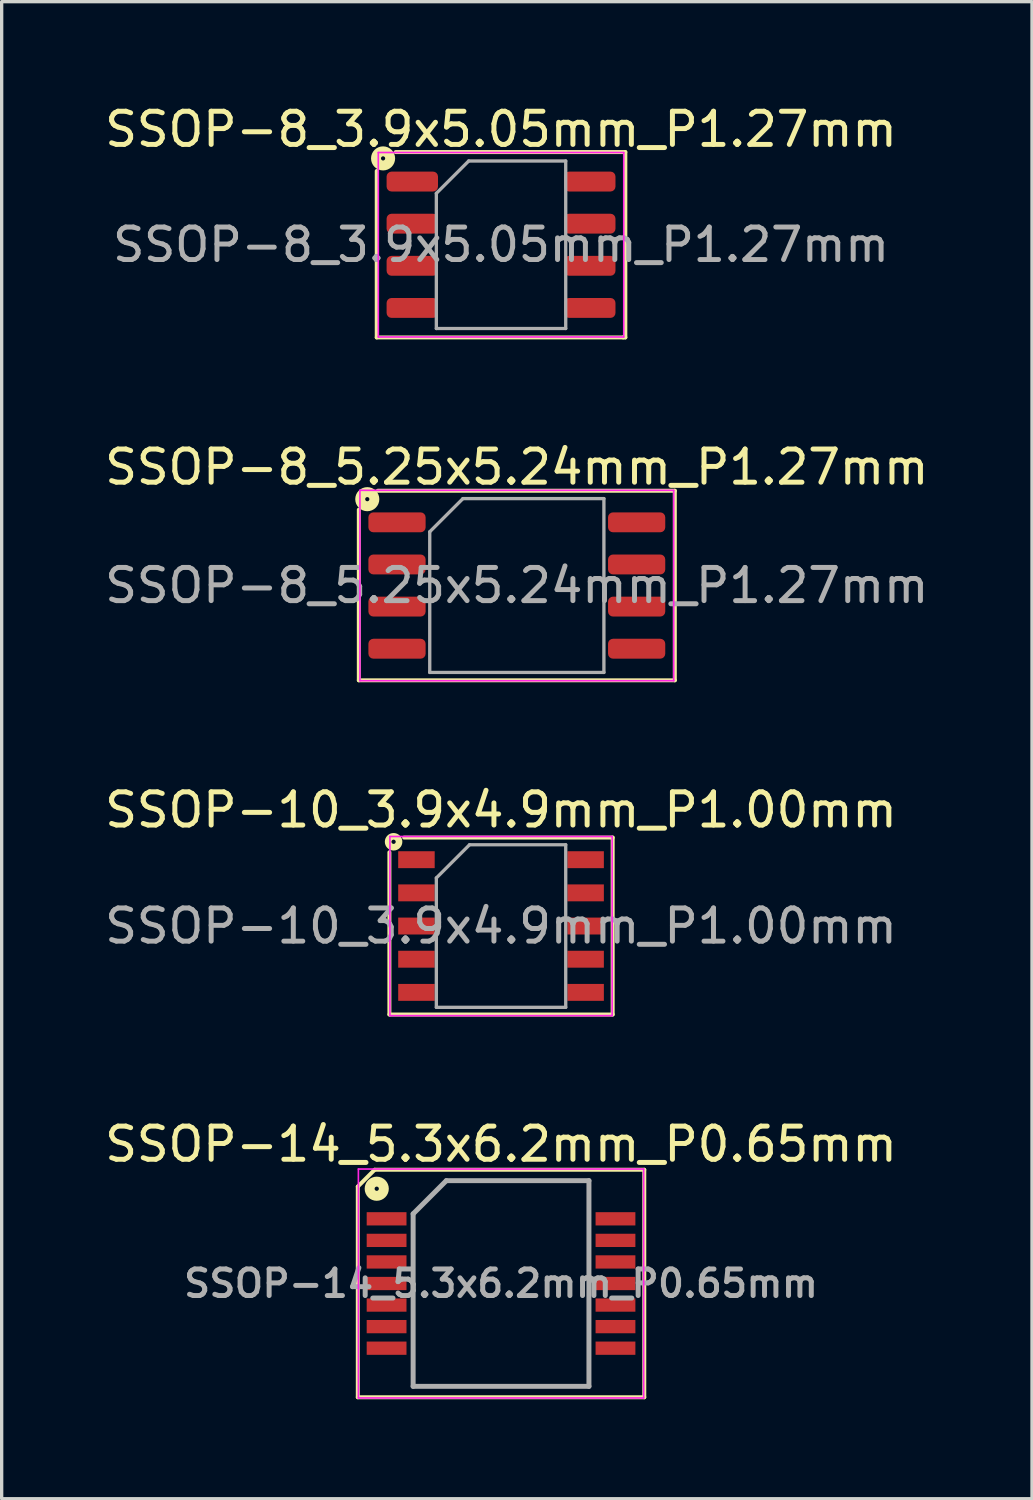
<source format=kicad_pcb>
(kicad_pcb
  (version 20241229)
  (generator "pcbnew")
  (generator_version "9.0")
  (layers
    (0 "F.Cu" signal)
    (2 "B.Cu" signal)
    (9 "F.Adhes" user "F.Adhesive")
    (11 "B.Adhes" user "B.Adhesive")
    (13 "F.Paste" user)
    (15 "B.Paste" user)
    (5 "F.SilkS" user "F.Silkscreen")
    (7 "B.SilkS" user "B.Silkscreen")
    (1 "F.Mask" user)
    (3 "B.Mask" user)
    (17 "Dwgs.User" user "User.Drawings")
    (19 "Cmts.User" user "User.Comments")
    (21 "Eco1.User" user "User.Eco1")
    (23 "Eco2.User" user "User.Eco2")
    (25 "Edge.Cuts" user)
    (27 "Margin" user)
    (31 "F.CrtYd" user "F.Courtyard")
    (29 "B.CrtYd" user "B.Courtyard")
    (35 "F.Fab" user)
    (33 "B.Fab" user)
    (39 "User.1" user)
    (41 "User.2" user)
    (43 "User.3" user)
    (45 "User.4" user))
  (footprint "SSOP-8_3.9x5.05mm_P1.27mm"
    (layer "F.Cu")
    (at 12.054 4.328)
    (property "Reference" "SSOP-8_3.9x5.05mm_P1.27mm" (at 0 -3.48 0) (layer "F.SilkS") (effects (font (size 1 1) (thickness 0.15))))
    (attr smd)
    (fp_line (start -3.747 -2.223) (end -3.747 2.794) (stroke (width 0.12) (type solid)) (layer "F.SilkS"))
    (fp_line (start -3.747 2.794) (end 3.683 2.794) (stroke (width 0.12) (type solid)) (layer "F.SilkS"))
    (fp_line (start 3.683 2.794) (end 3.747 2.794) (stroke (width 0.12) (type solid)) (layer "F.SilkS"))
    (fp_line (start 3.747 -2.794) (end -3.175 -2.794) (stroke (width 0.12) (type solid)) (layer "F.SilkS"))
    (fp_line (start 3.747 2.794) (end 3.747 -2.794) (stroke (width 0.12) (type solid)) (layer "F.SilkS"))
    (fp_circle (center -3.556 -2.603) (end -3.493 -2.603) (stroke (width 0.3) (type solid)) (fill no) (layer "F.SilkS"))
    (fp_line (start -3.7 -2.78) (end -3.7 2.78) (stroke (width 0.05) (type solid)) (layer "F.CrtYd"))
    (fp_line (start -3.7 2.78) (end 3.7 2.78) (stroke (width 0.05) (type solid)) (layer "F.CrtYd"))
    (fp_line (start 3.7 -2.78) (end -3.7 -2.78) (stroke (width 0.05) (type solid)) (layer "F.CrtYd"))
    (fp_line (start 3.7 2.78) (end 3.7 -2.78) (stroke (width 0.05) (type solid)) (layer "F.CrtYd"))
    (fp_line (start -1.95 -1.55) (end -0.975 -2.525) (stroke (width 0.1) (type solid)) (layer "F.Fab"))
    (fp_line (start -1.95 2.525) (end -1.95 -1.55) (stroke (width 0.1) (type solid)) (layer "F.Fab"))
    (fp_line (start -0.975 -2.525) (end 1.95 -2.525) (stroke (width 0.1) (type solid)) (layer "F.Fab"))
    (fp_line (start 1.95 -2.525) (end 1.95 2.525) (stroke (width 0.1) (type solid)) (layer "F.Fab"))
    (fp_line (start 1.95 2.525) (end -1.95 2.525) (stroke (width 0.1) (type solid)) (layer "F.Fab"))
    (fp_text user "${REFERENCE}" (at 0 0 0) (layer "F.Fab") (effects (font (size 0.98 0.98) (thickness 0.15))))
    (pad "1" smd roundrect (at -2.675 -1.905) (size 1.55 0.6) (layers "F.Cu" "F.Mask" "F.Paste") (roundrect_rratio 0.25))
    (pad "2" smd roundrect (at -2.675 -0.635) (size 1.55 0.6) (layers "F.Cu" "F.Mask" "F.Paste") (roundrect_rratio 0.25))
    (pad "3" smd roundrect (at -2.675 0.635) (size 1.55 0.6) (layers "F.Cu" "F.Mask" "F.Paste") (roundrect_rratio 0.25))
    (pad "4" smd roundrect (at -2.675 1.905) (size 1.55 0.6) (layers "F.Cu" "F.Mask" "F.Paste") (roundrect_rratio 0.25))
    (pad "5" smd roundrect (at 2.675 1.905) (size 1.55 0.6) (layers "F.Cu" "F.Mask" "F.Paste") (roundrect_rratio 0.25))
    (pad "6" smd roundrect (at 2.675 0.635) (size 1.55 0.6) (layers "F.Cu" "F.Mask" "F.Paste") (roundrect_rratio 0.25))
    (pad "7" smd roundrect (at 2.675 -0.635) (size 1.55 0.6) (layers "F.Cu" "F.Mask" "F.Paste") (roundrect_rratio 0.25))
    (pad "8" smd roundrect (at 2.675 -1.905) (size 1.55 0.6) (layers "F.Cu" "F.Mask" "F.Paste") (roundrect_rratio 0.25)))
  (footprint "SSOP-8_5.25x5.24mm_P1.27mm"
    (layer "F.Cu")
    (at 12.53 14.601)
    (property "Reference" "SSOP-8_5.25x5.24mm_P1.27mm" (at 0 -3.57 0) (layer "F.SilkS") (effects (font (size 1 1) (thickness 0.15))))
    (attr smd)
    (fp_line (start -4.763 -2.286) (end -4.763 2.857) (stroke (width 0.12) (type solid)) (layer "F.SilkS"))
    (fp_line (start -4.763 2.857) (end 4.763 2.857) (stroke (width 0.12) (type solid)) (layer "F.SilkS"))
    (fp_line (start 4.763 -2.857) (end -4.191 -2.857) (stroke (width 0.12) (type solid)) (layer "F.SilkS"))
    (fp_line (start 4.763 2.857) (end 4.763 -2.857) (stroke (width 0.12) (type solid)) (layer "F.SilkS"))
    (fp_circle (center -4.508 -2.603) (end -4.445 -2.603) (stroke (width 0.3) (type solid)) (fill no) (layer "F.SilkS"))
    (fp_line (start -4.73 -2.87) (end -4.73 2.87) (stroke (width 0.05) (type solid)) (layer "F.CrtYd"))
    (fp_line (start -4.73 2.87) (end 4.73 2.87) (stroke (width 0.05) (type solid)) (layer "F.CrtYd"))
    (fp_line (start 4.73 -2.87) (end -4.73 -2.87) (stroke (width 0.05) (type solid)) (layer "F.CrtYd"))
    (fp_line (start 4.73 2.87) (end 4.73 -2.87) (stroke (width 0.05) (type solid)) (layer "F.CrtYd"))
    (fp_line (start -2.625 -1.62) (end -1.625 -2.62) (stroke (width 0.1) (type solid)) (layer "F.Fab"))
    (fp_line (start -2.625 2.62) (end -2.625 -1.62) (stroke (width 0.1) (type solid)) (layer "F.Fab"))
    (fp_line (start -1.625 -2.62) (end 2.625 -2.62) (stroke (width 0.1) (type solid)) (layer "F.Fab"))
    (fp_line (start 2.625 -2.62) (end 2.625 2.62) (stroke (width 0.1) (type solid)) (layer "F.Fab"))
    (fp_line (start 2.625 2.62) (end -2.625 2.62) (stroke (width 0.1) (type solid)) (layer "F.Fab"))
    (fp_text user "${REFERENCE}" (at 0 0 0) (layer "F.Fab") (effects (font (size 1 1) (thickness 0.15))))
    (pad "1" smd roundrect (at -3.612 -1.905) (size 1.725 0.6) (layers "F.Cu" "F.Mask" "F.Paste") (roundrect_rratio 0.25))
    (pad "2" smd roundrect (at -3.612 -0.635) (size 1.725 0.6) (layers "F.Cu" "F.Mask" "F.Paste") (roundrect_rratio 0.25))
    (pad "3" smd roundrect (at -3.612 0.635) (size 1.725 0.6) (layers "F.Cu" "F.Mask" "F.Paste") (roundrect_rratio 0.25))
    (pad "4" smd roundrect (at -3.612 1.905) (size 1.725 0.6) (layers "F.Cu" "F.Mask" "F.Paste") (roundrect_rratio 0.25))
    (pad "5" smd roundrect (at 3.612 1.905) (size 1.725 0.6) (layers "F.Cu" "F.Mask" "F.Paste") (roundrect_rratio 0.25))
    (pad "6" smd roundrect (at 3.612 0.635) (size 1.725 0.6) (layers "F.Cu" "F.Mask" "F.Paste") (roundrect_rratio 0.25))
    (pad "7" smd roundrect (at 3.612 -0.635) (size 1.725 0.6) (layers "F.Cu" "F.Mask" "F.Paste") (roundrect_rratio 0.25))
    (pad "8" smd roundrect (at 3.612 -1.905) (size 1.725 0.6) (layers "F.Cu" "F.Mask" "F.Paste") (roundrect_rratio 0.25)))
  (footprint "SSOP-14_5.3x6.2mm_P0.65mm"
    (layer "F.Cu")
    (at 12.054 35.642)
    (property "Reference" "SSOP-14_5.3x6.2mm_P0.65mm" (at 0 -4.2 0) (layer "F.SilkS") (effects (font (size 1 1) (thickness 0.15))))
    (attr smd)
    (fp_line (start -4.318 -2.921) (end -4.318 3.429) (stroke (width 0.12) (type solid)) (layer "F.SilkS"))
    (fp_line (start -4.318 -2.921) (end -3.81 -3.429) (stroke (width 0.12) (type solid)) (layer "F.SilkS"))
    (fp_line (start -4.318 3.429) (end 4.318 3.429) (stroke (width 0.12) (type solid)) (layer "F.SilkS"))
    (fp_line (start 4.318 -3.429) (end -3.81 -3.429) (stroke (width 0.12) (type solid)) (layer "F.SilkS"))
    (fp_line (start 4.318 3.429) (end 4.318 -3.429) (stroke (width 0.12) (type solid)) (layer "F.SilkS"))
    (fp_circle (center -3.747 -2.857) (end -3.683 -2.857) (stroke (width 0.3) (type solid)) (fill no) (layer "F.SilkS"))
    (fp_line (start -4.3 -3.45) (end -4.3 3.45) (stroke (width 0.05) (type solid)) (layer "F.CrtYd"))
    (fp_line (start -4.3 -3.45) (end 4.3 -3.45) (stroke (width 0.05) (type solid)) (layer "F.CrtYd"))
    (fp_line (start -4.3 3.45) (end 4.3 3.45) (stroke (width 0.05) (type solid)) (layer "F.CrtYd"))
    (fp_line (start 4.3 -3.45) (end 4.3 3.45) (stroke (width 0.05) (type solid)) (layer "F.CrtYd"))
    (fp_line (start -2.65 -2.1) (end -1.65 -3.1) (stroke (width 0.15) (type solid)) (layer "F.Fab"))
    (fp_line (start -2.65 3.1) (end -2.65 -2.1) (stroke (width 0.15) (type solid)) (layer "F.Fab"))
    (fp_line (start -1.65 -3.1) (end 2.65 -3.1) (stroke (width 0.15) (type solid)) (layer "F.Fab"))
    (fp_line (start 2.65 -3.1) (end 2.65 3.1) (stroke (width 0.15) (type solid)) (layer "F.Fab"))
    (fp_line (start 2.65 3.1) (end -2.65 3.1) (stroke (width 0.15) (type solid)) (layer "F.Fab"))
    (fp_text user "${REFERENCE}" (at 0 0 0) (layer "F.Fab") (effects (font (size 0.8 0.8) (thickness 0.15))))
    (pad "1" smd rect (at -3.45 -1.95) (size 1.2 0.4) (layers "F.Cu" "F.Mask" "F.Paste"))
    (pad "2" smd rect (at -3.45 -1.3) (size 1.2 0.4) (layers "F.Cu" "F.Mask" "F.Paste"))
    (pad "3" smd rect (at -3.45 -0.65) (size 1.2 0.4) (layers "F.Cu" "F.Mask" "F.Paste"))
    (pad "4" smd rect (at -3.45 0) (size 1.2 0.4) (layers "F.Cu" "F.Mask" "F.Paste"))
    (pad "5" smd rect (at -3.45 0.65) (size 1.2 0.4) (layers "F.Cu" "F.Mask" "F.Paste"))
    (pad "6" smd rect (at -3.45 1.3) (size 1.2 0.4) (layers "F.Cu" "F.Mask" "F.Paste"))
    (pad "7" smd rect (at -3.45 1.95) (size 1.2 0.4) (layers "F.Cu" "F.Mask" "F.Paste"))
    (pad "8" smd rect (at 3.45 1.95) (size 1.2 0.4) (layers "F.Cu" "F.Mask" "F.Paste"))
    (pad "9" smd rect (at 3.45 1.3) (size 1.2 0.4) (layers "F.Cu" "F.Mask" "F.Paste"))
    (pad "10" smd rect (at 3.45 0.65) (size 1.2 0.4) (layers "F.Cu" "F.Mask" "F.Paste"))
    (pad "11" smd rect (at 3.45 0) (size 1.2 0.4) (layers "F.Cu" "F.Mask" "F.Paste"))
    (pad "12" smd rect (at 3.45 -0.65) (size 1.2 0.4) (layers "F.Cu" "F.Mask" "F.Paste"))
    (pad "13" smd rect (at 3.45 -1.3) (size 1.2 0.4) (layers "F.Cu" "F.Mask" "F.Paste"))
    (pad "14" smd rect (at 3.45 -1.95) (size 1.2 0.4) (layers "F.Cu" "F.Mask" "F.Paste")))
  (footprint "SSOP-10_3.9x4.9mm_P1.00mm"
    (layer "F.Cu")
    (at 12.054 24.866)
    (property "Reference" "SSOP-10_3.9x4.9mm_P1.00mm" (at 0 -3.5 0) (layer "F.SilkS") (effects (font (size 1 1) (thickness 0.15))))
    (attr smd)
    (fp_line (start -3.365 -2.223) (end -3.365 2.667) (stroke (width 0.12) (type solid)) (layer "F.SilkS"))
    (fp_line (start -3.365 2.667) (end 3.365 2.667) (stroke (width 0.12) (type solid)) (layer "F.SilkS"))
    (fp_line (start 3.365 -2.667) (end -2.921 -2.667) (stroke (width 0.12) (type solid)) (layer "F.SilkS"))
    (fp_line (start 3.365 2.667) (end 3.365 -2.667) (stroke (width 0.12) (type solid)) (layer "F.SilkS"))
    (fp_circle (center -3.239 -2.54) (end -3.175 -2.54) (stroke (width 0.2) (type solid)) (fill no) (layer "F.SilkS"))
    (fp_line (start -3.35 -2.7) (end -3.35 2.7) (stroke (width 0.05) (type solid)) (layer "F.CrtYd"))
    (fp_line (start -3.35 -2.7) (end 3.35 -2.7) (stroke (width 0.05) (type solid)) (layer "F.CrtYd"))
    (fp_line (start -3.35 2.7) (end 3.35 2.7) (stroke (width 0.05) (type solid)) (layer "F.CrtYd"))
    (fp_line (start 3.35 -2.7) (end 3.35 2.7) (stroke (width 0.05) (type solid)) (layer "F.CrtYd"))
    (fp_line (start -1.95 -1.45) (end -0.95 -2.45) (stroke (width 0.1) (type solid)) (layer "F.Fab"))
    (fp_line (start -1.95 2.45) (end -1.95 -1.45) (stroke (width 0.1) (type solid)) (layer "F.Fab"))
    (fp_line (start -0.95 -2.45) (end 1.95 -2.45) (stroke (width 0.1) (type solid)) (layer "F.Fab"))
    (fp_line (start 1.95 -2.45) (end 1.95 2.45) (stroke (width 0.1) (type solid)) (layer "F.Fab"))
    (fp_line (start 1.95 2.45) (end -1.95 2.45) (stroke (width 0.1) (type solid)) (layer "F.Fab"))
    (fp_text user "${REFERENCE}" (at 0 0 0) (layer "F.Fab") (effects (font (size 1 1) (thickness 0.15))))
    (pad "1" smd rect (at -2.55 -2) (size 1.1 0.51) (layers "F.Cu" "F.Mask" "F.Paste"))
    (pad "2" smd rect (at -2.55 -1) (size 1.1 0.51) (layers "F.Cu" "F.Mask" "F.Paste"))
    (pad "3" smd rect (at -2.55 0) (size 1.1 0.51) (layers "F.Cu" "F.Mask" "F.Paste"))
    (pad "4" smd rect (at -2.55 1) (size 1.1 0.51) (layers "F.Cu" "F.Mask" "F.Paste"))
    (pad "5" smd rect (at -2.55 2) (size 1.1 0.51) (layers "F.Cu" "F.Mask" "F.Paste"))
    (pad "6" smd rect (at 2.55 2) (size 1.1 0.51) (layers "F.Cu" "F.Mask" "F.Paste"))
    (pad "7" smd rect (at 2.55 1) (size 1.1 0.51) (layers "F.Cu" "F.Mask" "F.Paste"))
    (pad "8" smd rect (at 2.55 0) (size 1.1 0.51) (layers "F.Cu" "F.Mask" "F.Paste"))
    (pad "9" smd rect (at 2.55 -1) (size 1.1 0.51) (layers "F.Cu" "F.Mask" "F.Paste"))
    (pad "10" smd rect (at 2.55 -2) (size 1.1 0.51) (layers "F.Cu" "F.Mask" "F.Paste")))
  (gr_rect
    (start -3 -3)
    (end 28.06 42.13)
    (stroke (width 0.1) (type default))
    (fill no)
    (layer "Edge.Cuts")))
</source>
